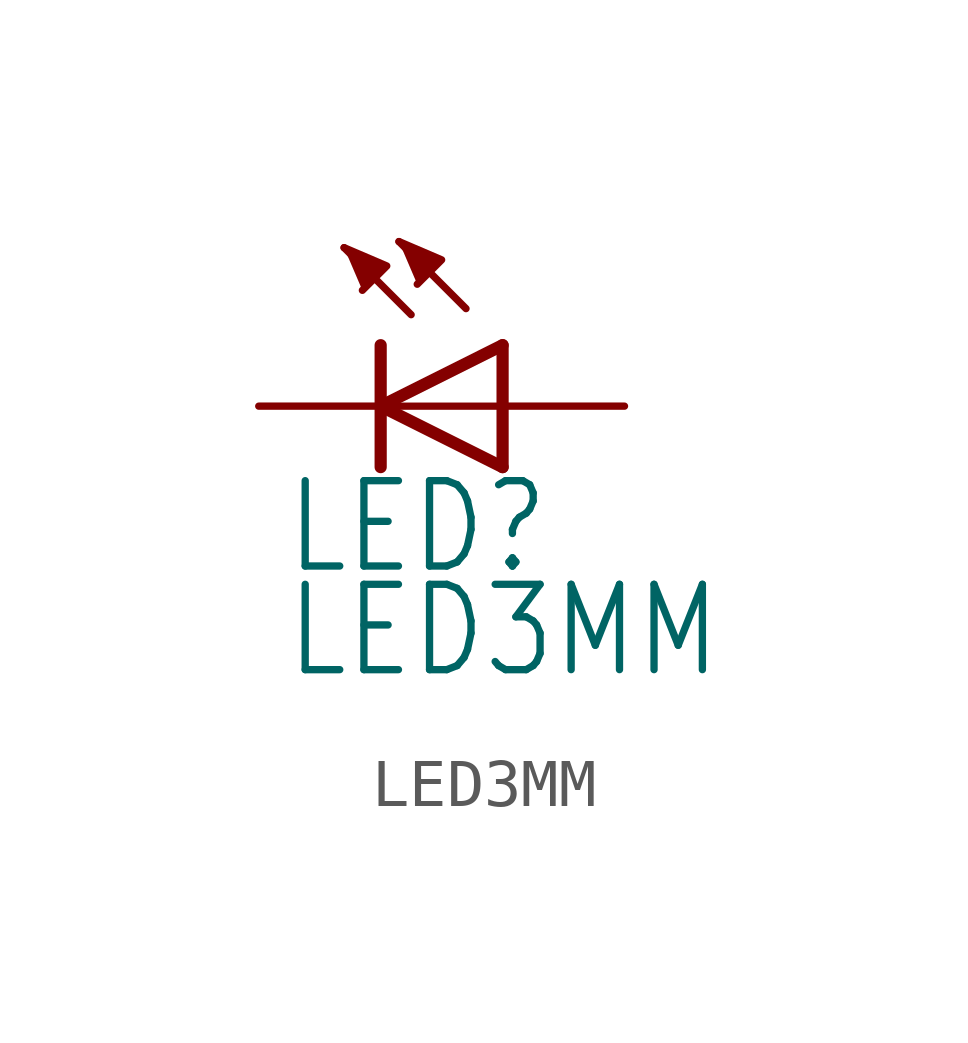
<source format=kicad_sym>
(kicad_symbol_lib
  (version 20211014)
  (generator kicad_symbol_editor)
  (symbol "LED3MM"
    (property "Reference" "LED"
      (at -2.032 -3.556 0)
      (effects (font (size 1.778 1.511)) (justify left bottom)))
    (property "Value" "LED3MM"
      (at -2.032 -5.715 0)
      (effects (font (size 1.778 1.511)) (justify left bottom)))
    (property "ki_locked" ""
      (at 0 0 0)
      (effects (font (size 1.27 1.27))))
    (symbol "LED3MM_1_0"
      (polyline (pts (xy 0 -1.27) (xy 0 0)) (stroke (width 0.254) (type default) (color 0 0 0 0)) (fill (type none)))
      (polyline (pts (xy 0 0) (xy 0 1.27)) (stroke (width 0.254) (type default) (color 0 0 0 0)) (fill (type none)))
      (polyline (pts (xy 0 0) (xy 2.54 1.27)) (stroke (width 0.254) (type default) (color 0 0 0 0)) (fill (type none)))
      (polyline (pts (xy 0.635 1.905) (xy -0.762 3.302)) (stroke (width 0.152) (type default) (color 0 0 0 0)) (fill (type none)))
      (polyline (pts (xy 1.778 2.032) (xy 0.381 3.429)) (stroke (width 0.152) (type default) (color 0 0 0 0)) (fill (type none)))
      (polyline (pts (xy 2.54 -1.27) (xy 0 0)) (stroke (width 0.254) (type default) (color 0 0 0 0)) (fill (type none)))
      (polyline (pts (xy 2.54 -1.27) (xy 2.54 0)) (stroke (width 0.254) (type default) (color 0 0 0 0)) (fill (type none)))
      (polyline (pts (xy 2.54 0) (xy 0 0)) (stroke (width 0.152) (type default) (color 0 0 0 0)) (fill (type none)))
      (polyline (pts (xy 2.54 0) (xy 2.54 1.27)) (stroke (width 0.254) (type default) (color 0 0 0 0)) (fill (type none)))
      (polyline (pts (xy -0.762 3.302) (xy 0.127 2.921) (xy -0.381 2.413)) (stroke (width 0) (type default) (color 0 0 0 0)) (fill (type outline)))
      (polyline (pts (xy 0.381 3.429) (xy 1.27 3.048) (xy 0.762 2.54)) (stroke (width 0) (type default) (color 0 0 0 0)) (fill (type outline)))
      (pin passive line (at 5.08 0 180) (length 2.54) (name "A" (effects (font (size 0 0)))) (number "A" (effects (font (size 0 0)))))
      (pin passive line (at -2.54 0 0) (length 2.54) (name "C" (effects (font (size 0 0)))) (number "K" (effects (font (size 0 0))))))))
</source>
